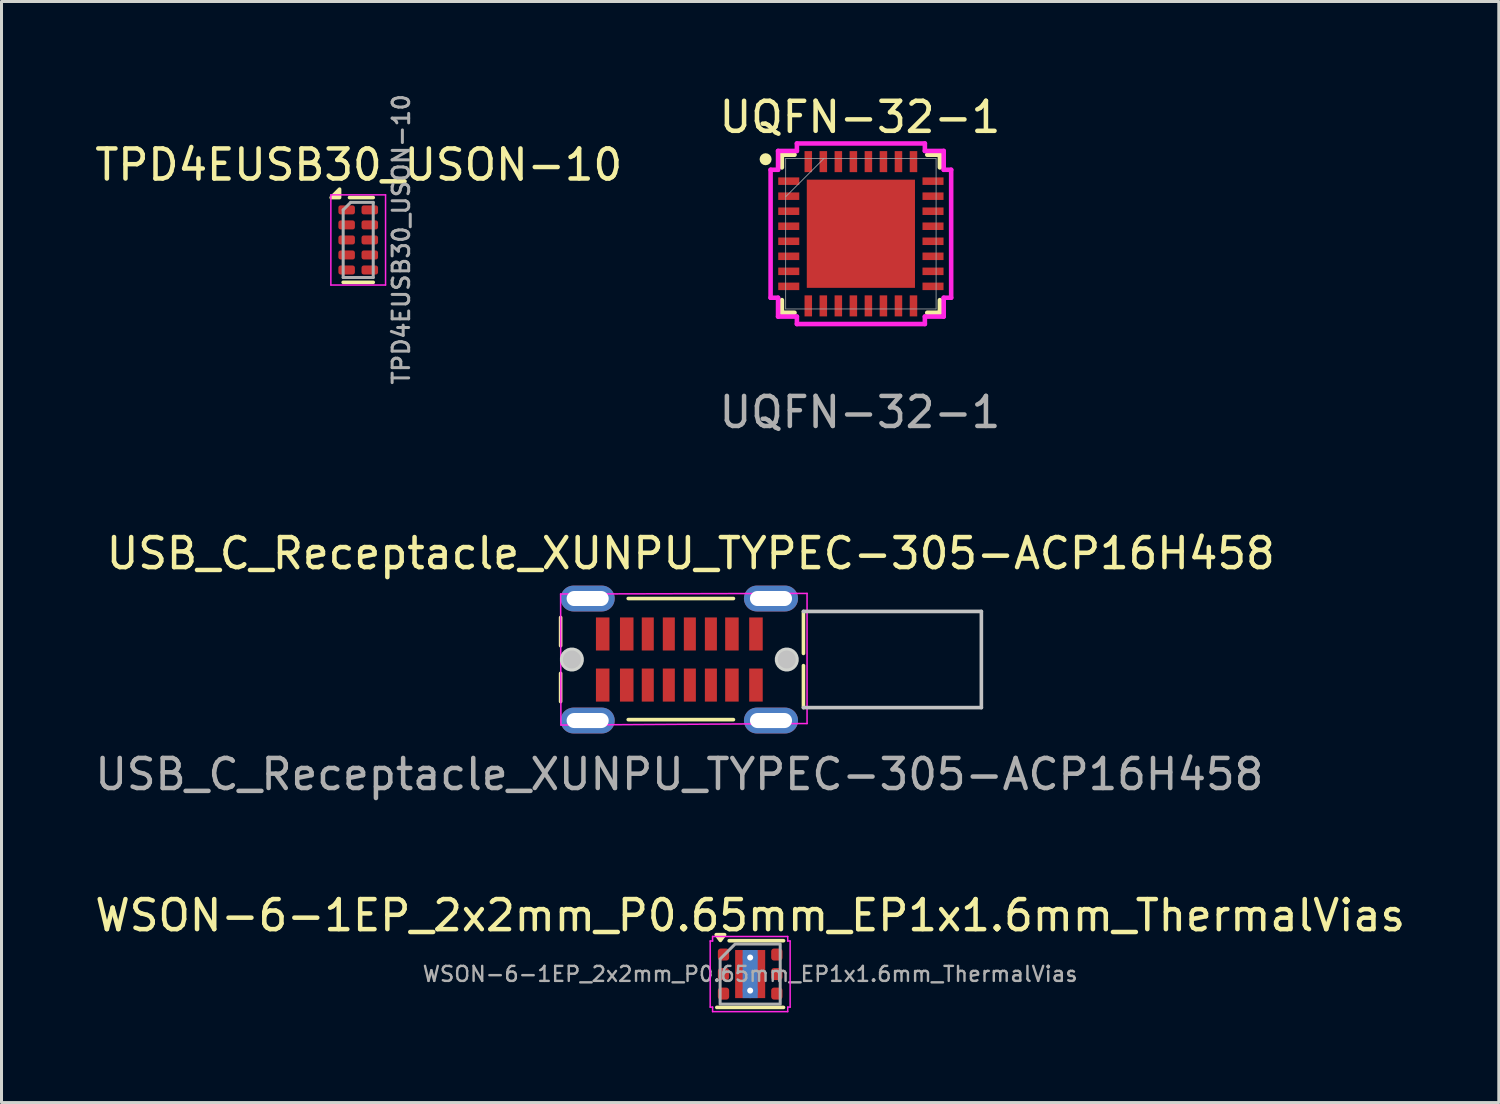
<source format=kicad_pcb>
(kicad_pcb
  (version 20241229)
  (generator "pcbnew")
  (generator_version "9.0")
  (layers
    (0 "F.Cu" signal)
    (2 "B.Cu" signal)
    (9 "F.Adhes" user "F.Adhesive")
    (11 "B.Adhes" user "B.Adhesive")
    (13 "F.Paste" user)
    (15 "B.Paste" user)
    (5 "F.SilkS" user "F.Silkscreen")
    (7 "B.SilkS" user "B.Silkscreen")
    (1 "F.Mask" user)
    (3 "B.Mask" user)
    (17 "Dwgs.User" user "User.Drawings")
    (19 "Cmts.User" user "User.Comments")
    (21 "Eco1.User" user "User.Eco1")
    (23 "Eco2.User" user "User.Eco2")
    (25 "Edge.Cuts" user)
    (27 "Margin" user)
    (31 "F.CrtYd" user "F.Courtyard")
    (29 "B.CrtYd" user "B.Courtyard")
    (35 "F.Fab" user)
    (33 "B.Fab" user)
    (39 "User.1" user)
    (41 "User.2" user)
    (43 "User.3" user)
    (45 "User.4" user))
  (footprint "TPD4EUSB30_USON-10"
    (layer "F.Cu")
    (at 8.869 4.934)
    (property "Reference" "TPD4EUSB30_USON-10" (at 0.018 -2.5 0) (layer "F.SilkS") (effects (font (size 1 1) (thickness 0.15))))
    (attr smd)
    (fp_line (start 0.5 -1.41) (end -0.29 -1.41) (stroke (width 0.12) (type solid)) (layer "F.SilkS"))
    (fp_line (start 0.5 1.41) (end -0.5 1.41) (stroke (width 0.12) (type solid)) (layer "F.SilkS"))
    (fp_poly (pts (xy -0.62 -1.41) (xy -0.9 -1.41) (xy -0.62 -1.69) (xy -0.62 -1.41)) (stroke (width 0.12) (type solid)) (fill yes) (layer "F.SilkS"))
    (fp_line (start -0.91 -1.5) (end 0.91 -1.5) (stroke (width 0.05) (type solid)) (layer "F.CrtYd"))
    (fp_line (start -0.91 1.5) (end -0.91 -1.5) (stroke (width 0.05) (type solid)) (layer "F.CrtYd"))
    (fp_line (start 0.91 -1.5) (end 0.91 1.5) (stroke (width 0.05) (type solid)) (layer "F.CrtYd"))
    (fp_line (start 0.91 1.5) (end -0.91 1.5) (stroke (width 0.05) (type solid)) (layer "F.CrtYd"))
    (fp_line (start -0.5 -1) (end -0.5 1.25) (stroke (width 0.1) (type solid)) (layer "F.Fab"))
    (fp_line (start -0.5 1.25) (end 0.5 1.25) (stroke (width 0.1) (type solid)) (layer "F.Fab"))
    (fp_line (start -0.25 -1.25) (end -0.5 -1) (stroke (width 0.1) (type solid)) (layer "F.Fab"))
    (fp_line (start 0.5 -1.25) (end -0.25 -1.25) (stroke (width 0.1) (type solid)) (layer "F.Fab"))
    (fp_line (start 0.5 -1.25) (end 0.5 1.25) (stroke (width 0.1) (type solid)) (layer "F.Fab"))
    (fp_text user "${REFERENCE}" (at 1.43 -0.02 90) (layer "F.Fab") (effects (font (size 0.55 0.55) (thickness 0.1))))
    (pad "1" smd roundrect (at -0.385 -1 270) (size 0.3 0.55) (layers "F.Cu" "F.Mask" "F.Paste") (roundrect_rratio 0.25))
    (pad "2" smd roundrect (at -0.385 -0.5 270) (size 0.3 0.55) (layers "F.Cu" "F.Mask" "F.Paste") (roundrect_rratio 0.25))
    (pad "3" smd roundrect (at -0.385 0 270) (size 0.3 0.55) (layers "F.Cu" "F.Mask" "F.Paste") (roundrect_rratio 0.25))
    (pad "4" smd roundrect (at -0.385 0.5 270) (size 0.3 0.55) (layers "F.Cu" "F.Mask" "F.Paste") (roundrect_rratio 0.25))
    (pad "5" smd roundrect (at -0.385 1 270) (size 0.3 0.55) (layers "F.Cu" "F.Mask" "F.Paste") (roundrect_rratio 0.25))
    (pad "6" smd roundrect (at 0.385 1 270) (size 0.3 0.55) (layers "F.Cu" "F.Mask" "F.Paste") (roundrect_rratio 0.25))
    (pad "7" smd roundrect (at 0.385 0.5 270) (size 0.3 0.55) (layers "F.Cu" "F.Mask" "F.Paste") (roundrect_rratio 0.25))
    (pad "8" smd roundrect (at 0.385 0 270) (size 0.3 0.55) (layers "F.Cu" "F.Mask" "F.Paste") (roundrect_rratio 0.25))
    (pad "9" smd roundrect (at 0.385 -0.5 270) (size 0.3 0.55) (layers "F.Cu" "F.Mask" "F.Paste") (roundrect_rratio 0.25))
    (pad "10" smd roundrect (at 0.385 -1 270) (size 0.3 0.55) (layers "F.Cu" "F.Mask" "F.Paste") (roundrect_rratio 0.25)))
  (footprint "USB_C_Receptacle_XUNPU_TYPEC-305-ACP16H458"
    (layer "F.Cu")
    (at 19.554 18.895)
    (property "Reference" "USB_C_Receptacle_XUNPU_TYPEC-305-ACP16H458" (at 0.38 -3.53 0) (layer "F.SilkS") (effects (font (size 1 1) (thickness 0.15))))
    (attr through_hole)
    (fp_line (start -3.95 -1.4) (end -3.95 -0.459) (stroke (width 0.12) (type solid)) (layer "F.SilkS"))
    (fp_line (start -3.95 0.459) (end -3.95 1.4) (stroke (width 0.12) (type solid)) (layer "F.SilkS"))
    (fp_line (start 1.8 -2.03) (end -1.7 -2.03) (stroke (width 0.12) (type solid)) (layer "F.SilkS"))
    (fp_line (start 1.8 2) (end -1.7 2) (stroke (width 0.12) (type solid)) (layer "F.SilkS"))
    (fp_line (start 4.13 -1.6) (end 4.13 -0.203) (stroke (width 0.12) (type solid)) (layer "F.SilkS"))
    (fp_line (start 4.13 0.203) (end 4.13 1.6) (stroke (width 0.12) (type solid)) (layer "F.SilkS"))
    (fp_line (start 10.05 -1.6) (end 4.13 -1.6) (stroke (width 0.12) (type solid)) (layer "Dwgs.User"))
    (fp_line (start 10.05 -1.6) (end 10.05 1.6) (stroke (width 0.12) (type solid)) (layer "Dwgs.User"))
    (fp_line (start 10.05 1.6) (end 4.13 1.6) (stroke (width 0.12) (type solid)) (layer "Dwgs.User"))
    (fp_circle (center -3.575 0) (end -3.425 0) (stroke (width 0.3) (type default)) (fill no) (layer "Dwgs.User"))
    (fp_circle (center 3.575 0) (end 3.725 0) (stroke (width 0.3) (type default)) (fill no) (layer "Dwgs.User"))
    (fp_poly (pts (xy -3.178 -0.052) (xy -3.205 -0.153) (xy -3.258 -0.244) (xy -3.331 -0.317) (xy -3.422 -0.37) (xy -3.523 -0.397) (xy -3.627 -0.397) (xy -3.728 -0.37) (xy -3.819 -0.317) (xy -3.892 -0.244) (xy -3.945 -0.153) (xy -3.972 -0.052) (xy -3.972 0.052) (xy -3.945 0.153) (xy -3.892 0.244) (xy -3.819 0.317) (xy -3.728 0.37) (xy -3.627 0.397) (xy -3.523 0.397) (xy -3.422 0.37) (xy -3.331 0.317) (xy -3.258 0.244) (xy -3.205 0.153) (xy -3.178 0.052)) (stroke (width 0) (type default)) (fill yes) (layer "Edge.Cuts"))
    (fp_poly (pts (xy 3.972 -0.052) (xy 3.945 -0.153) (xy 3.892 -0.244) (xy 3.819 -0.317) (xy 3.728 -0.37) (xy 3.627 -0.397) (xy 3.523 -0.397) (xy 3.422 -0.37) (xy 3.331 -0.317) (xy 3.258 -0.244) (xy 3.205 -0.153) (xy 3.178 -0.052) (xy 3.178 0.052) (xy 3.205 0.153) (xy 3.258 0.244) (xy 3.331 0.317) (xy 3.422 0.37) (xy 3.523 0.397) (xy 3.627 0.397) (xy 3.728 0.37) (xy 3.819 0.317) (xy 3.892 0.244) (xy 3.945 0.153) (xy 3.972 0.052)) (stroke (width 0) (type default)) (fill yes) (layer "Edge.Cuts"))
    (fp_line (start -3.95 -2.18) (end -3.94 2.18) (stroke (width 0.051) (type solid)) (layer "F.CrtYd"))
    (fp_line (start -3.94 2.18) (end 4.25 2.13) (stroke (width 0.051) (type solid)) (layer "F.CrtYd"))
    (fp_line (start 4.25 -2.2) (end -3.95 -2.18) (stroke (width 0.051) (type solid)) (layer "F.CrtYd"))
    (fp_line (start 4.25 2.13) (end 4.25 -2.2) (stroke (width 0.051) (type solid)) (layer "F.CrtYd"))
    (fp_line (start 3.75 -2.13) (end 3.75 -2.18) (stroke (width 0.051) (type default)) (layer "User.2"))
    (fp_poly (pts (xy -3.978 -2.488) (xy -4.01 -2.52) (xy -4.056 -2.52) (xy -4.088 -2.488) (xy -4.088 -2.442) (xy -4.056 -2.409) (xy -4.01 -2.409) (xy -3.978 -2.442)) (stroke (width 0.1) (type default)) (fill no) (layer "User.3"))
    (fp_text user "${REFERENCE}" (at 0 3.82 0) (layer "F.Fab") (effects (font (size 1 1) (thickness 0.15))))
    (pad "A1" smd rect (at -2.55 -0.85 180) (size 0.45 1.1) (layers "F.Cu" "F.Mask" "F.Paste"))
    (pad "A4" smd rect (at -1.75 -0.85 180) (size 0.45 1.1) (layers "F.Cu" "F.Mask" "F.Paste"))
    (pad "A5" smd rect (at -1.05 -0.85 180) (size 0.4 1.1) (layers "F.Cu" "F.Mask" "F.Paste"))
    (pad "A6" smd rect (at -0.35 -0.85 180) (size 0.4 1.1) (layers "F.Cu" "F.Mask" "F.Paste"))
    (pad "A7" smd rect (at 0.35 -0.85 180) (size 0.4 1.1) (layers "F.Cu" "F.Mask" "F.Paste"))
    (pad "A8" smd rect (at 1.05 -0.85 180) (size 0.4 1.1) (layers "F.Cu" "F.Mask" "F.Paste"))
    (pad "A9" smd rect (at 1.75 -0.85 180) (size 0.45 1.1) (layers "F.Cu" "F.Mask" "F.Paste"))
    (pad "A12" smd rect (at 2.55 -0.85 180) (size 0.45 1.1) (layers "F.Cu" "F.Mask" "F.Paste"))
    (pad "B1" smd rect (at 2.55 0.85) (size 0.45 1.1) (layers "F.Cu" "F.Mask" "F.Paste"))
    (pad "B4" smd rect (at 1.75 0.85) (size 0.45 1.1) (layers "F.Cu" "F.Mask" "F.Paste"))
    (pad "B5" smd rect (at 1.05 0.85) (size 0.4 1.1) (layers "F.Cu" "F.Mask" "F.Paste"))
    (pad "B6" smd rect (at 0.35 0.85) (size 0.4 1.1) (layers "F.Cu" "F.Mask" "F.Paste"))
    (pad "B7" smd rect (at -0.35 0.85) (size 0.4 1.1) (layers "F.Cu" "F.Mask" "F.Paste"))
    (pad "B8" smd rect (at -1.05 0.85) (size 0.4 1.1) (layers "F.Cu" "F.Mask" "F.Paste"))
    (pad "B9" smd rect (at -1.75 0.85) (size 0.45 1.1) (layers "F.Cu" "F.Mask" "F.Paste"))
    (pad "B12" smd rect (at -2.55 0.85) (size 0.45 1.1) (layers "F.Cu" "F.Mask" "F.Paste"))
    (pad "S1" thru_hole oval (at -3.05 -2.03 90) (size 0.86 1.8) (drill oval 0.5 1.4) (layers "*.Cu" "*.Mask"))
    (pad "S1" thru_hole oval (at -3.05 2.03 90) (size 0.86 1.8) (drill oval 0.5 1.4) (layers "*.Cu" "*.Mask"))
    (pad "S1" thru_hole oval (at 3.05 -2.03 90) (size 0.86 1.8) (drill oval 0.5 1.4) (layers "*.Cu" "*.Mask"))
    (pad "S1" thru_hole oval (at 3.05 2.03 90) (size 0.86 1.8) (drill oval 0.5 1.4) (layers "*.Cu" "*.Mask")))
  (footprint "UQFN-32-1"
    (layer "F.Cu")
    (at 25.595 4.728)
    (property "Reference" "UQFN-32-1" (at -0.03 -3.88 0) (unlocked yes) (layer "F.SilkS") (effects (font (size 1 1) (thickness 0.15))))
    (attr smd)
    (fp_poly (pts (xy -1.6 -1.6) (xy -0.2 -1.6) (xy -0.2 -0.2) (xy -1.6 -0.2)) (stroke (width 0) (type solid)) (fill yes) (layer "F.Mask"))
    (fp_poly (pts (xy -1.6 0.2) (xy -0.2 0.2) (xy -0.2 1.6) (xy -1.6 1.6)) (stroke (width 0) (type solid)) (fill yes) (layer "F.Mask"))
    (fp_poly (pts (xy 0.2 -1.6) (xy 1.6 -1.6) (xy 1.6 -0.2) (xy 0.2 -0.2)) (stroke (width 0) (type solid)) (fill yes) (layer "F.Mask"))
    (fp_poly (pts (xy 0.2 0.2) (xy 1.6 0.2) (xy 1.6 1.6) (xy 0.2 1.6)) (stroke (width 0) (type solid)) (fill yes) (layer "F.Mask"))
    (fp_line (start -2.629 -2.629) (end -2.629 -2.208) (stroke (width 0.152) (type solid)) (layer "F.SilkS"))
    (fp_line (start -2.629 2.208) (end -2.629 2.629) (stroke (width 0.152) (type solid)) (layer "F.SilkS"))
    (fp_line (start -2.629 2.629) (end -2.208 2.629) (stroke (width 0.152) (type solid)) (layer "F.SilkS"))
    (fp_line (start -2.208 -2.629) (end -2.629 -2.629) (stroke (width 0.152) (type solid)) (layer "F.SilkS"))
    (fp_line (start 2.208 2.629) (end 2.629 2.629) (stroke (width 0.152) (type solid)) (layer "F.SilkS"))
    (fp_line (start 2.629 -2.629) (end 2.208 -2.629) (stroke (width 0.152) (type solid)) (layer "F.SilkS"))
    (fp_line (start 2.629 -2.208) (end 2.629 -2.629) (stroke (width 0.152) (type solid)) (layer "F.SilkS"))
    (fp_line (start 2.629 2.629) (end 2.629 2.208) (stroke (width 0.152) (type solid)) (layer "F.SilkS"))
    (fp_circle (center -3.17 -2.48) (end -3.07 -2.48) (stroke (width 0.2) (type solid)) (fill no) (layer "F.SilkS"))
    (fp_poly (pts (xy -1.6 -1.6) (xy -0.2 -1.6) (xy -0.2 -0.2) (xy -1.6 -0.2)) (stroke (width 0) (type solid)) (fill yes) (layer "F.Paste"))
    (fp_poly (pts (xy -1.6 -1.6) (xy -0.2 -1.6) (xy -0.2 -0.2) (xy -1.6 -0.2)) (stroke (width 0) (type solid)) (fill yes) (layer "F.Paste"))
    (fp_poly (pts (xy -1.6 0.2) (xy -0.2 0.2) (xy -0.2 1.6) (xy -1.6 1.6)) (stroke (width 0) (type solid)) (fill yes) (layer "F.Paste"))
    (fp_poly (pts (xy -1.6 0.2) (xy -0.2 0.2) (xy -0.2 1.6) (xy -1.6 1.6)) (stroke (width 0) (type solid)) (fill yes) (layer "F.Paste"))
    (fp_poly (pts (xy 0.2 -1.6) (xy 1.6 -1.6) (xy 1.6 -0.2) (xy 0.2 -0.2)) (stroke (width 0) (type solid)) (fill yes) (layer "F.Paste"))
    (fp_poly (pts (xy 0.2 -1.6) (xy 1.6 -1.6) (xy 1.6 -0.2) (xy 0.2 -0.2)) (stroke (width 0) (type solid)) (fill yes) (layer "F.Paste"))
    (fp_poly (pts (xy 0.2 0.2) (xy 1.6 0.2) (xy 1.6 1.6) (xy 0.2 1.6)) (stroke (width 0) (type solid)) (fill yes) (layer "F.Paste"))
    (fp_poly (pts (xy 0.2 0.2) (xy 1.6 0.2) (xy 1.6 1.6) (xy 0.2 1.6)) (stroke (width 0) (type solid)) (fill yes) (layer "F.Paste"))
    (fp_line (start -3.004 -2.129) (end -2.756 -2.129) (stroke (width 0.152) (type solid)) (layer "F.CrtYd"))
    (fp_line (start -3.004 2.129) (end -3.004 -2.129) (stroke (width 0.152) (type solid)) (layer "F.CrtYd"))
    (fp_line (start -2.756 -2.756) (end -2.129 -2.756) (stroke (width 0.152) (type solid)) (layer "F.CrtYd"))
    (fp_line (start -2.756 -2.129) (end -2.756 -2.756) (stroke (width 0.152) (type solid)) (layer "F.CrtYd"))
    (fp_line (start -2.756 2.129) (end -3.004 2.129) (stroke (width 0.152) (type solid)) (layer "F.CrtYd"))
    (fp_line (start -2.756 2.756) (end -2.756 2.129) (stroke (width 0.152) (type solid)) (layer "F.CrtYd"))
    (fp_line (start -2.129 -3.004) (end 2.129 -3.004) (stroke (width 0.152) (type solid)) (layer "F.CrtYd"))
    (fp_line (start -2.129 -2.756) (end -2.129 -3.004) (stroke (width 0.152) (type solid)) (layer "F.CrtYd"))
    (fp_line (start -2.129 2.756) (end -2.756 2.756) (stroke (width 0.152) (type solid)) (layer "F.CrtYd"))
    (fp_line (start -2.129 3.004) (end -2.129 2.756) (stroke (width 0.152) (type solid)) (layer "F.CrtYd"))
    (fp_line (start 2.129 -3.004) (end 2.129 -2.756) (stroke (width 0.152) (type solid)) (layer "F.CrtYd"))
    (fp_line (start 2.129 -2.756) (end 2.756 -2.756) (stroke (width 0.152) (type solid)) (layer "F.CrtYd"))
    (fp_line (start 2.129 2.756) (end 2.129 3.004) (stroke (width 0.152) (type solid)) (layer "F.CrtYd"))
    (fp_line (start 2.129 3.004) (end -2.129 3.004) (stroke (width 0.152) (type solid)) (layer "F.CrtYd"))
    (fp_line (start 2.756 -2.756) (end 2.756 -2.129) (stroke (width 0.152) (type solid)) (layer "F.CrtYd"))
    (fp_line (start 2.756 -2.129) (end 3.004 -2.129) (stroke (width 0.152) (type solid)) (layer "F.CrtYd"))
    (fp_line (start 2.756 2.129) (end 2.756 2.756) (stroke (width 0.152) (type solid)) (layer "F.CrtYd"))
    (fp_line (start 2.756 2.756) (end 2.129 2.756) (stroke (width 0.152) (type solid)) (layer "F.CrtYd"))
    (fp_line (start 3.004 -2.129) (end 3.004 2.129) (stroke (width 0.152) (type solid)) (layer "F.CrtYd"))
    (fp_line (start 3.004 2.129) (end 2.756 2.129) (stroke (width 0.152) (type solid)) (layer "F.CrtYd"))
    (fp_line (start -2.502 -2.502) (end -2.502 2.502) (stroke (width 0.025) (type solid)) (layer "F.Fab"))
    (fp_line (start -2.502 -1.232) (end -1.232 -2.502) (stroke (width 0.025) (type solid)) (layer "F.Fab"))
    (fp_line (start -2.502 2.502) (end 2.502 2.502) (stroke (width 0.025) (type solid)) (layer "F.Fab"))
    (fp_line (start 2.502 -2.502) (end -2.502 -2.502) (stroke (width 0.025) (type solid)) (layer "F.Fab"))
    (fp_line (start 2.502 2.502) (end 2.502 -2.502) (stroke (width 0.025) (type solid)) (layer "F.Fab"))
    (fp_text user "${REFERENCE}" (at -0.03 5.94 0) (unlocked yes) (layer "F.Fab") (effects (font (size 1 1) (thickness 0.15))))
    (pad "1" smd rect (at -2.4 -1.75) (size 0.7 0.25) (layers "F.Cu" "F.Mask" "F.Paste"))
    (pad "2" smd rect (at -2.4 -1.25) (size 0.7 0.25) (layers "F.Cu" "F.Mask" "F.Paste"))
    (pad "3" smd rect (at -2.4 -0.75) (size 0.7 0.25) (layers "F.Cu" "F.Mask" "F.Paste"))
    (pad "4" smd rect (at -2.4 -0.25) (size 0.7 0.25) (layers "F.Cu" "F.Mask" "F.Paste"))
    (pad "5" smd rect (at -2.4 0.25) (size 0.7 0.25) (layers "F.Cu" "F.Mask" "F.Paste"))
    (pad "6" smd rect (at -2.4 0.75) (size 0.7 0.25) (layers "F.Cu" "F.Mask" "F.Paste"))
    (pad "7" smd rect (at -2.4 1.25) (size 0.7 0.25) (layers "F.Cu" "F.Mask" "F.Paste"))
    (pad "8" smd rect (at -2.4 1.75) (size 0.7 0.25) (layers "F.Cu" "F.Mask" "F.Paste"))
    (pad "9" smd rect (at -1.75 2.4 90) (size 0.7 0.25) (layers "F.Cu" "F.Mask" "F.Paste"))
    (pad "10" smd rect (at -1.25 2.4 90) (size 0.7 0.25) (layers "F.Cu" "F.Mask" "F.Paste"))
    (pad "11" smd rect (at -0.75 2.4 90) (size 0.7 0.25) (layers "F.Cu" "F.Mask" "F.Paste"))
    (pad "12" smd rect (at -0.25 2.4 90) (size 0.7 0.25) (layers "F.Cu" "F.Mask" "F.Paste"))
    (pad "13" smd rect (at 0.25 2.4 90) (size 0.7 0.25) (layers "F.Cu" "F.Mask" "F.Paste"))
    (pad "14" smd rect (at 0.75 2.4 90) (size 0.7 0.25) (layers "F.Cu" "F.Mask" "F.Paste"))
    (pad "15" smd rect (at 1.25 2.4 90) (size 0.7 0.25) (layers "F.Cu" "F.Mask" "F.Paste"))
    (pad "16" smd rect (at 1.75 2.4 90) (size 0.7 0.25) (layers "F.Cu" "F.Mask" "F.Paste"))
    (pad "17" smd rect (at 2.4 1.75) (size 0.7 0.25) (layers "F.Cu" "F.Mask" "F.Paste"))
    (pad "18" smd rect (at 2.4 1.25) (size 0.7 0.25) (layers "F.Cu" "F.Mask" "F.Paste"))
    (pad "19" smd rect (at 2.4 0.75) (size 0.7 0.25) (layers "F.Cu" "F.Mask" "F.Paste"))
    (pad "20" smd rect (at 2.4 0.25) (size 0.7 0.25) (layers "F.Cu" "F.Mask" "F.Paste"))
    (pad "21" smd rect (at 2.4 -0.25) (size 0.7 0.25) (layers "F.Cu" "F.Mask" "F.Paste"))
    (pad "22" smd rect (at 2.4 -0.75) (size 0.7 0.25) (layers "F.Cu" "F.Mask" "F.Paste"))
    (pad "23" smd rect (at 2.4 -1.25) (size 0.7 0.25) (layers "F.Cu" "F.Mask" "F.Paste"))
    (pad "24" smd rect (at 2.4 -1.75) (size 0.7 0.25) (layers "F.Cu" "F.Mask" "F.Paste"))
    (pad "25" smd rect (at 1.75 -2.4 90) (size 0.7 0.25) (layers "F.Cu" "F.Mask" "F.Paste"))
    (pad "26" smd rect (at 1.25 -2.4 90) (size 0.7 0.25) (layers "F.Cu" "F.Mask" "F.Paste"))
    (pad "27" smd rect (at 0.75 -2.4 90) (size 0.7 0.25) (layers "F.Cu" "F.Mask" "F.Paste"))
    (pad "28" smd rect (at 0.25 -2.4 90) (size 0.7 0.25) (layers "F.Cu" "F.Mask" "F.Paste"))
    (pad "29" smd rect (at -0.25 -2.4 90) (size 0.7 0.25) (layers "F.Cu" "F.Mask" "F.Paste"))
    (pad "30" smd rect (at -0.75 -2.4 90) (size 0.7 0.25) (layers "F.Cu" "F.Mask" "F.Paste"))
    (pad "31" smd rect (at -1.25 -2.4 90) (size 0.7 0.25) (layers "F.Cu" "F.Mask" "F.Paste"))
    (pad "32" smd rect (at -1.75 -2.4 90) (size 0.7 0.25) (layers "F.Cu" "F.Mask" "F.Paste"))
    (pad "33" smd rect (at 0 0) (size 3.6 3.6) (layers "F.Cu" "F.Mask")))
  (footprint "WSON-6-1EP_2x2mm_P0.65mm_EP1x1.6mm_ThermalVias"
    (layer "F.Cu")
    (at 21.911 29.361)
    (property "Reference" "WSON-6-1EP_2x2mm_P0.65mm_EP1x1.6mm_ThermalVias" (at 0 -1.95 0) (layer "F.SilkS") (effects (font (size 1 1) (thickness 0.15))))
    (attr smd)
    (fp_line (start -0.699 -1.11) (end 1.11 -1.11) (stroke (width 0.12) (type solid)) (layer "F.SilkS"))
    (fp_line (start 1.11 1.11) (end -1.11 1.11) (stroke (width 0.12) (type solid)) (layer "F.SilkS"))
    (fp_poly (pts (xy -0.99 -1.12) (xy -1.13 -1.31) (xy -0.85 -1.31)) (stroke (width 0.12) (type solid)) (fill yes) (layer "F.SilkS"))
    (fp_line (start -1.33 -1.1) (end -1.25 -1.1) (stroke (width 0.05) (type solid)) (layer "F.CrtYd"))
    (fp_line (start -1.33 1.1) (end -1.33 -1.1) (stroke (width 0.05) (type solid)) (layer "F.CrtYd"))
    (fp_line (start -1.25 -1.25) (end 1.25 -1.25) (stroke (width 0.05) (type solid)) (layer "F.CrtYd"))
    (fp_line (start -1.25 -1.1) (end -1.25 -1.25) (stroke (width 0.05) (type solid)) (layer "F.CrtYd"))
    (fp_line (start -1.25 1.1) (end -1.33 1.1) (stroke (width 0.05) (type solid)) (layer "F.CrtYd"))
    (fp_line (start -1.25 1.25) (end -1.25 1.1) (stroke (width 0.05) (type solid)) (layer "F.CrtYd"))
    (fp_line (start 1.25 -1.25) (end 1.25 -1.1) (stroke (width 0.05) (type solid)) (layer "F.CrtYd"))
    (fp_line (start 1.25 -1.1) (end 1.33 -1.1) (stroke (width 0.05) (type solid)) (layer "F.CrtYd"))
    (fp_line (start 1.25 1.1) (end 1.25 1.25) (stroke (width 0.05) (type solid)) (layer "F.CrtYd"))
    (fp_line (start 1.25 1.25) (end -1.25 1.25) (stroke (width 0.05) (type solid)) (layer "F.CrtYd"))
    (fp_line (start 1.33 -1.1) (end 1.33 1.1) (stroke (width 0.05) (type solid)) (layer "F.CrtYd"))
    (fp_line (start 1.33 1.1) (end 1.25 1.1) (stroke (width 0.05) (type solid)) (layer "F.CrtYd"))
    (fp_poly (pts (xy -1 -0.5) (xy -1 1) (xy 1 1) (xy 1 -1) (xy -0.5 -1)) (stroke (width 0.1) (type solid)) (fill no) (layer "F.Fab"))
    (fp_text user "${REFERENCE}" (at 0 0 0) (layer "F.Fab") (effects (font (size 0.5 0.5) (thickness 0.08))))
    (pad "" smd roundrect (at 0 -0.4) (size 0.87 0.69) (layers "F.Paste") (roundrect_rratio 0.25))
    (pad "" smd roundrect (at 0 0.4) (size 0.87 0.69) (layers "F.Paste") (roundrect_rratio 0.25))
    (pad "1" smd roundrect (at -0.887 -0.65) (size 0.375 0.4) (layers "F.Cu" "F.Mask" "F.Paste") (roundrect_rratio 0.25))
    (pad "2" smd roundrect (at -0.887 0) (size 0.375 0.4) (layers "F.Cu" "F.Mask" "F.Paste") (roundrect_rratio 0.25))
    (pad "3" smd roundrect (at -0.887 0.65) (size 0.375 0.4) (layers "F.Cu" "F.Mask" "F.Paste") (roundrect_rratio 0.25))
    (pad "4" smd roundrect (at 0.887 0.65) (size 0.375 0.4) (layers "F.Cu" "F.Mask" "F.Paste") (roundrect_rratio 0.25))
    (pad "5" smd roundrect (at 0.887 0) (size 0.375 0.4) (layers "F.Cu" "F.Mask" "F.Paste") (roundrect_rratio 0.25))
    (pad "6" smd roundrect (at 0.887 -0.65) (size 0.375 0.4) (layers "F.Cu" "F.Mask" "F.Paste") (roundrect_rratio 0.25))
    (pad "7" thru_hole circle (at 0 -0.55) (size 0.5 0.5) (drill 0.2) (property pad_prop_heatsink) (layers "*.Cu"))
    (pad "7" smd rect (at 0 0) (size 0.5 1.6) (property pad_prop_heatsink) (layers "B.Cu"))
    (pad "7" smd rect (at 0 0) (size 1 1.6) (property pad_prop_heatsink) (layers "F.Cu" "F.Mask"))
    (pad "7" thru_hole circle (at 0 0.55) (size 0.5 0.5) (drill 0.2) (property pad_prop_heatsink) (layers "*.Cu")))
  (gr_rect
    (start -3 -3)
    (end 46.821 33.636)
    (stroke (width 0.1) (type default))
    (fill no)
    (layer "Edge.Cuts")))
</source>
